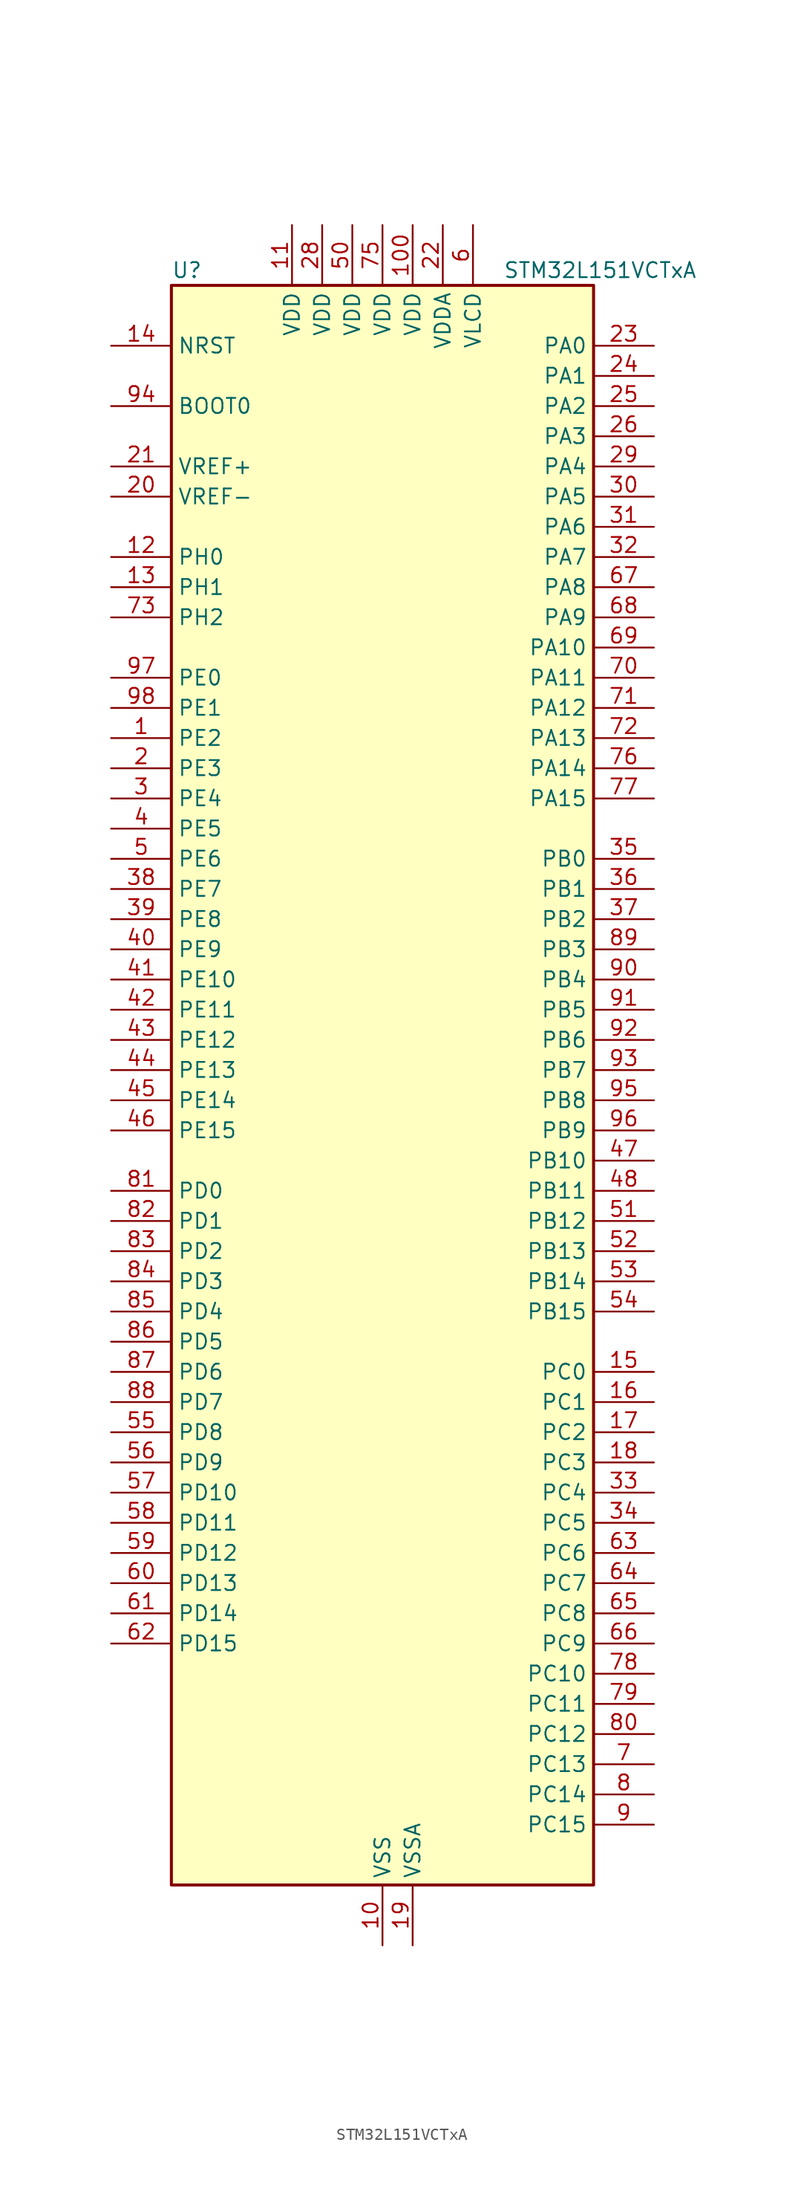
<source format=kicad_sym>
(kicad_symbol_lib
  (version 20241209)
  (generator "kicad_symbol_editor")
  (generator_version "9.0")
  (symbol "STM32L151VCTxA"
    (property "Reference" "U"
      (at -17.78 69.85 0)
      (effects (font (size 1.27 1.27)) (justify left)))
    (property "Value" "STM32L151VCTxA"
      (at 10.16 69.85 0)
      (effects (font (size 1.27 1.27)) (justify left)))
    (symbol "STM32L151VCTxA_0_1"
      (rectangle (start -17.78 -66.04) (end 17.78 68.58) (stroke (width 0.254) (type default)) (fill (type background))))
    (symbol "STM32L151VCTxA_1_1"
      (pin input line (at -22.86 63.5 0) (length 5.08) (name "NRST" (effects (font (size 1.27 1.27)))) (number "14" (effects (font (size 1.27 1.27)))))
      (pin input line (at -22.86 58.42 0) (length 5.08) (name "BOOT0" (effects (font (size 1.27 1.27)))) (number "94" (effects (font (size 1.27 1.27)))))
      (pin input line (at -22.86 53.34 0) (length 5.08) (name "VREF+" (effects (font (size 1.27 1.27)))) (number "21" (effects (font (size 1.27 1.27)))))
      (pin input line (at -22.86 50.8 0) (length 5.08) (name "VREF-" (effects (font (size 1.27 1.27)))) (number "20" (effects (font (size 1.27 1.27)))))
      (pin bidirectional line (at -22.86 45.72 0) (length 5.08) (name "PH0" (effects (font (size 1.27 1.27)))) (number "12" (effects (font (size 1.27 1.27)))) (alternate "RCC_OSC_IN" bidirectional line))
      (pin bidirectional line (at -22.86 43.18 0) (length 5.08) (name "PH1" (effects (font (size 1.27 1.27)))) (number "13" (effects (font (size 1.27 1.27)))) (alternate "RCC_OSC_OUT" bidirectional line))
      (pin bidirectional line (at -22.86 40.64 0) (length 5.08) (name "PH2" (effects (font (size 1.27 1.27)))) (number "73" (effects (font (size 1.27 1.27)))))
      (pin bidirectional line (at -22.86 35.56 0) (length 5.08) (name "PE0" (effects (font (size 1.27 1.27)))) (number "97" (effects (font (size 1.27 1.27)))) (alternate "TIM10_CH1" bidirectional line) (alternate "TIM4_ETR" bidirectional line) (alternate "TIMX_IC1" bidirectional line))
      (pin bidirectional line (at -22.86 33.02 0) (length 5.08) (name "PE1" (effects (font (size 1.27 1.27)))) (number "98" (effects (font (size 1.27 1.27)))) (alternate "TIM11_CH1" bidirectional line) (alternate "TIMX_IC2" bidirectional line))
      (pin bidirectional line (at -22.86 30.48 0) (length 5.08) (name "PE2" (effects (font (size 1.27 1.27)))) (number "1" (effects (font (size 1.27 1.27)))) (alternate "SYS_TRACECK" bidirectional line) (alternate "TIM3_ETR" bidirectional line) (alternate "TIMX_IC3" bidirectional line))
      (pin bidirectional line (at -22.86 27.94 0) (length 5.08) (name "PE3" (effects (font (size 1.27 1.27)))) (number "2" (effects (font (size 1.27 1.27)))) (alternate "SYS_TRACED0" bidirectional line) (alternate "TIM3_CH1" bidirectional line) (alternate "TIMX_IC4" bidirectional line))
      (pin bidirectional line (at -22.86 25.4 0) (length 5.08) (name "PE4" (effects (font (size 1.27 1.27)))) (number "3" (effects (font (size 1.27 1.27)))) (alternate "SYS_TRACED1" bidirectional line) (alternate "TIM3_CH2" bidirectional line) (alternate "TIMX_IC1" bidirectional line))
      (pin bidirectional line (at -22.86 22.86 0) (length 5.08) (name "PE5" (effects (font (size 1.27 1.27)))) (number "4" (effects (font (size 1.27 1.27)))) (alternate "SYS_TRACED2" bidirectional line) (alternate "TIM9_CH1" bidirectional line) (alternate "TIMX_IC2" bidirectional line))
      (pin bidirectional line (at -22.86 20.32 0) (length 5.08) (name "PE6" (effects (font (size 1.27 1.27)))) (number "5" (effects (font (size 1.27 1.27)))) (alternate "RTC_TAMP3" bidirectional line) (alternate "SYS_TRACED3" bidirectional line) (alternate "SYS_WKUP3" bidirectional line) (alternate "TIM9_CH2" bidirectional line) (alternate "TIMX_IC3" bidirectional line))
      (pin bidirectional line (at -22.86 17.78 0) (length 5.08) (name "PE7" (effects (font (size 1.27 1.27)))) (number "38" (effects (font (size 1.27 1.27)))) (alternate "ADC_IN22" bidirectional line) (alternate "COMP1_INP" bidirectional line) (alternate "TIMX_IC4" bidirectional line))
      (pin bidirectional line (at -22.86 15.24 0) (length 5.08) (name "PE8" (effects (font (size 1.27 1.27)))) (number "39" (effects (font (size 1.27 1.27)))) (alternate "ADC_IN23" bidirectional line) (alternate "COMP1_INP" bidirectional line) (alternate "TIMX_IC1" bidirectional line))
      (pin bidirectional line (at -22.86 12.7 0) (length 5.08) (name "PE9" (effects (font (size 1.27 1.27)))) (number "40" (effects (font (size 1.27 1.27)))) (alternate "ADC_IN24" bidirectional line) (alternate "COMP1_INP" bidirectional line) (alternate "DAC_EXTI9" bidirectional line) (alternate "TIM2_CH1" bidirectional line) (alternate "TIM2_ETR" bidirectional line) (alternate "TIMX_IC2" bidirectional line))
      (pin bidirectional line (at -22.86 10.16 0) (length 5.08) (name "PE10" (effects (font (size 1.27 1.27)))) (number "41" (effects (font (size 1.27 1.27)))) (alternate "ADC_IN25" bidirectional line) (alternate "COMP1_INP" bidirectional line) (alternate "TIM2_CH2" bidirectional line) (alternate "TIMX_IC3" bidirectional line))
      (pin bidirectional line (at -22.86 7.62 0) (length 5.08) (name "PE11" (effects (font (size 1.27 1.27)))) (number "42" (effects (font (size 1.27 1.27)))) (alternate "ADC_EXTI11" bidirectional line) (alternate "TIM2_CH3" bidirectional line) (alternate "TIMX_IC4" bidirectional line))
      (pin bidirectional line (at -22.86 5.08 0) (length 5.08) (name "PE12" (effects (font (size 1.27 1.27)))) (number "43" (effects (font (size 1.27 1.27)))) (alternate "SPI1_NSS" bidirectional line) (alternate "TIM2_CH4" bidirectional line) (alternate "TIMX_IC1" bidirectional line))
      (pin bidirectional line (at -22.86 2.54 0) (length 5.08) (name "PE13" (effects (font (size 1.27 1.27)))) (number "44" (effects (font (size 1.27 1.27)))) (alternate "SPI1_SCK" bidirectional line) (alternate "TIMX_IC2" bidirectional line))
      (pin bidirectional line (at -22.86 0 0) (length 5.08) (name "PE14" (effects (font (size 1.27 1.27)))) (number "45" (effects (font (size 1.27 1.27)))) (alternate "SPI1_MISO" bidirectional line) (alternate "TIMX_IC3" bidirectional line))
      (pin bidirectional line (at -22.86 -2.54 0) (length 5.08) (name "PE15" (effects (font (size 1.27 1.27)))) (number "46" (effects (font (size 1.27 1.27)))) (alternate "ADC_EXTI15" bidirectional line) (alternate "SPI1_MOSI" bidirectional line) (alternate "TIMX_IC4" bidirectional line))
      (pin bidirectional line (at -22.86 -7.62 0) (length 5.08) (name "PD0" (effects (font (size 1.27 1.27)))) (number "81" (effects (font (size 1.27 1.27)))) (alternate "I2S2_WS" bidirectional line) (alternate "SPI2_NSS" bidirectional line) (alternate "TIM9_CH1" bidirectional line) (alternate "TIMX_IC1" bidirectional line))
      (pin bidirectional line (at -22.86 -10.16 0) (length 5.08) (name "PD1" (effects (font (size 1.27 1.27)))) (number "82" (effects (font (size 1.27 1.27)))) (alternate "I2S2_CK" bidirectional line) (alternate "SPI2_SCK" bidirectional line) (alternate "TIMX_IC2" bidirectional line))
      (pin bidirectional line (at -22.86 -12.7 0) (length 5.08) (name "PD2" (effects (font (size 1.27 1.27)))) (number "83" (effects (font (size 1.27 1.27)))) (alternate "TIM3_ETR" bidirectional line) (alternate "TIMX_IC3" bidirectional line))
      (pin bidirectional line (at -22.86 -15.24 0) (length 5.08) (name "PD3" (effects (font (size 1.27 1.27)))) (number "84" (effects (font (size 1.27 1.27)))) (alternate "SPI2_MISO" bidirectional line) (alternate "TIMX_IC4" bidirectional line) (alternate "USART2_CTS" bidirectional line))
      (pin bidirectional line (at -22.86 -17.78 0) (length 5.08) (name "PD4" (effects (font (size 1.27 1.27)))) (number "85" (effects (font (size 1.27 1.27)))) (alternate "I2S2_SD" bidirectional line) (alternate "SPI2_MOSI" bidirectional line) (alternate "TIMX_IC1" bidirectional line) (alternate "USART2_RTS" bidirectional line))
      (pin bidirectional line (at -22.86 -20.32 0) (length 5.08) (name "PD5" (effects (font (size 1.27 1.27)))) (number "86" (effects (font (size 1.27 1.27)))) (alternate "TIMX_IC2" bidirectional line) (alternate "USART2_TX" bidirectional line))
      (pin bidirectional line (at -22.86 -22.86 0) (length 5.08) (name "PD6" (effects (font (size 1.27 1.27)))) (number "87" (effects (font (size 1.27 1.27)))) (alternate "TIMX_IC3" bidirectional line) (alternate "USART2_RX" bidirectional line))
      (pin bidirectional line (at -22.86 -25.4 0) (length 5.08) (name "PD7" (effects (font (size 1.27 1.27)))) (number "88" (effects (font (size 1.27 1.27)))) (alternate "TIM9_CH2" bidirectional line) (alternate "TIMX_IC4" bidirectional line) (alternate "USART2_CK" bidirectional line))
      (pin bidirectional line (at -22.86 -27.94 0) (length 5.08) (name "PD8" (effects (font (size 1.27 1.27)))) (number "55" (effects (font (size 1.27 1.27)))) (alternate "TIMX_IC1" bidirectional line) (alternate "USART3_TX" bidirectional line))
      (pin bidirectional line (at -22.86 -30.48 0) (length 5.08) (name "PD9" (effects (font (size 1.27 1.27)))) (number "56" (effects (font (size 1.27 1.27)))) (alternate "DAC_EXTI9" bidirectional line) (alternate "TIMX_IC2" bidirectional line) (alternate "USART3_RX" bidirectional line))
      (pin bidirectional line (at -22.86 -33.02 0) (length 5.08) (name "PD10" (effects (font (size 1.27 1.27)))) (number "57" (effects (font (size 1.27 1.27)))) (alternate "TIMX_IC3" bidirectional line) (alternate "USART3_CK" bidirectional line))
      (pin bidirectional line (at -22.86 -35.56 0) (length 5.08) (name "PD11" (effects (font (size 1.27 1.27)))) (number "58" (effects (font (size 1.27 1.27)))) (alternate "ADC_EXTI11" bidirectional line) (alternate "TIMX_IC4" bidirectional line) (alternate "USART3_CTS" bidirectional line))
      (pin bidirectional line (at -22.86 -38.1 0) (length 5.08) (name "PD12" (effects (font (size 1.27 1.27)))) (number "59" (effects (font (size 1.27 1.27)))) (alternate "TIM4_CH1" bidirectional line) (alternate "TIMX_IC1" bidirectional line) (alternate "USART3_RTS" bidirectional line))
      (pin bidirectional line (at -22.86 -40.64 0) (length 5.08) (name "PD13" (effects (font (size 1.27 1.27)))) (number "60" (effects (font (size 1.27 1.27)))) (alternate "TIM4_CH2" bidirectional line) (alternate "TIMX_IC2" bidirectional line))
      (pin bidirectional line (at -22.86 -43.18 0) (length 5.08) (name "PD14" (effects (font (size 1.27 1.27)))) (number "61" (effects (font (size 1.27 1.27)))) (alternate "TIM4_CH3" bidirectional line) (alternate "TIMX_IC3" bidirectional line))
      (pin bidirectional line (at -22.86 -45.72 0) (length 5.08) (name "PD15" (effects (font (size 1.27 1.27)))) (number "62" (effects (font (size 1.27 1.27)))) (alternate "ADC_EXTI15" bidirectional line) (alternate "TIM4_CH4" bidirectional line) (alternate "TIMX_IC4" bidirectional line))
      (pin power_in line (at -7.62 73.66 270) (length 5.08) (name "VDD" (effects (font (size 1.27 1.27)))) (number "11" (effects (font (size 1.27 1.27)))))
      (pin power_in line (at -5.08 73.66 270) (length 5.08) (name "VDD" (effects (font (size 1.27 1.27)))) (number "28" (effects (font (size 1.27 1.27)))))
      (pin power_in line (at -2.54 73.66 270) (length 5.08) (name "VDD" (effects (font (size 1.27 1.27)))) (number "50" (effects (font (size 1.27 1.27)))))
      (pin power_in line (at 0 73.66 270) (length 5.08) (name "VDD" (effects (font (size 1.27 1.27)))) (number "75" (effects (font (size 1.27 1.27)))))
      (pin power_in line (at 0 -71.12 90) (length 5.08) (name "VSS" (effects (font (size 1.27 1.27)))) (number "10" (effects (font (size 1.27 1.27)))))
      (pin passive line (at 0 -71.12 90) (length 5.08) (hide yes) (name "VSS" (effects (font (size 1.27 1.27)))) (number "27" (effects (font (size 1.27 1.27)))))
      (pin passive line (at 0 -71.12 90) (length 5.08) (hide yes) (name "VSS" (effects (font (size 1.27 1.27)))) (number "49" (effects (font (size 1.27 1.27)))))
      (pin passive line (at 0 -71.12 90) (length 5.08) (hide yes) (name "VSS" (effects (font (size 1.27 1.27)))) (number "74" (effects (font (size 1.27 1.27)))))
      (pin passive line (at 0 -71.12 90) (length 5.08) (hide yes) (name "VSS" (effects (font (size 1.27 1.27)))) (number "99" (effects (font (size 1.27 1.27)))))
      (pin power_in line (at 2.54 73.66 270) (length 5.08) (name "VDD" (effects (font (size 1.27 1.27)))) (number "100" (effects (font (size 1.27 1.27)))))
      (pin power_in line (at 2.54 -71.12 90) (length 5.08) (name "VSSA" (effects (font (size 1.27 1.27)))) (number "19" (effects (font (size 1.27 1.27)))))
      (pin power_in line (at 5.08 73.66 270) (length 5.08) (name "VDDA" (effects (font (size 1.27 1.27)))) (number "22" (effects (font (size 1.27 1.27)))))
      (pin power_in line (at 7.62 73.66 270) (length 5.08) (name "VLCD" (effects (font (size 1.27 1.27)))) (number "6" (effects (font (size 1.27 1.27)))))
      (pin bidirectional line (at 22.86 63.5 180) (length 5.08) (name "PA0" (effects (font (size 1.27 1.27)))) (number "23" (effects (font (size 1.27 1.27)))) (alternate "ADC_IN0" bidirectional line) (alternate "COMP1_INP" bidirectional line) (alternate "RTC_TAMP2" bidirectional line) (alternate "SYS_WKUP1" bidirectional line) (alternate "TIM2_CH1" bidirectional line) (alternate "TIM2_ETR" bidirectional line) (alternate "TIM5_CH1" bidirectional line) (alternate "TIMX_IC1" bidirectional line) (alternate "TS_G1_IO1" bidirectional line) (alternate "USART2_CTS" bidirectional line))
      (pin bidirectional line (at 22.86 60.96 180) (length 5.08) (name "PA1" (effects (font (size 1.27 1.27)))) (number "24" (effects (font (size 1.27 1.27)))) (alternate "ADC_IN1" bidirectional line) (alternate "COMP1_INP" bidirectional line) (alternate "OPAMP1_VINP" bidirectional line) (alternate "TIM2_CH2" bidirectional line) (alternate "TIM5_CH2" bidirectional line) (alternate "TIMX_IC2" bidirectional line) (alternate "TS_G1_IO2" bidirectional line) (alternate "USART2_RTS" bidirectional line))
      (pin bidirectional line (at 22.86 58.42 180) (length 5.08) (name "PA2" (effects (font (size 1.27 1.27)))) (number "25" (effects (font (size 1.27 1.27)))) (alternate "ADC_IN2" bidirectional line) (alternate "COMP1_INP" bidirectional line) (alternate "OPAMP1_VINM" bidirectional line) (alternate "TIM2_CH3" bidirectional line) (alternate "TIM5_CH3" bidirectional line) (alternate "TIM9_CH1" bidirectional line) (alternate "TIMX_IC3" bidirectional line) (alternate "TS_G1_IO3" bidirectional line) (alternate "USART2_TX" bidirectional line))
      (pin bidirectional line (at 22.86 55.88 180) (length 5.08) (name "PA3" (effects (font (size 1.27 1.27)))) (number "26" (effects (font (size 1.27 1.27)))) (alternate "ADC_IN3" bidirectional line) (alternate "COMP1_INP" bidirectional line) (alternate "OPAMP1_VOUT" bidirectional line) (alternate "TIM2_CH4" bidirectional line) (alternate "TIM5_CH4" bidirectional line) (alternate "TIM9_CH2" bidirectional line) (alternate "TIMX_IC4" bidirectional line) (alternate "TS_G1_IO4" bidirectional line) (alternate "USART2_RX" bidirectional line))
      (pin bidirectional line (at 22.86 53.34 180) (length 5.08) (name "PA4" (effects (font (size 1.27 1.27)))) (number "29" (effects (font (size 1.27 1.27)))) (alternate "ADC_IN4" bidirectional line) (alternate "COMP1_INP" bidirectional line) (alternate "DAC_OUT1" bidirectional line) (alternate "I2S3_WS" bidirectional line) (alternate "SPI1_NSS" bidirectional line) (alternate "SPI3_NSS" bidirectional line) (alternate "TIMX_IC1" bidirectional line) (alternate "USART2_CK" bidirectional line))
      (pin bidirectional line (at 22.86 50.8 180) (length 5.08) (name "PA5" (effects (font (size 1.27 1.27)))) (number "30" (effects (font (size 1.27 1.27)))) (alternate "ADC_IN5" bidirectional line) (alternate "COMP1_INP" bidirectional line) (alternate "DAC_OUT2" bidirectional line) (alternate "SPI1_SCK" bidirectional line) (alternate "TIM2_CH1" bidirectional line) (alternate "TIM2_ETR" bidirectional line) (alternate "TIMX_IC2" bidirectional line))
      (pin bidirectional line (at 22.86 48.26 180) (length 5.08) (name "PA6" (effects (font (size 1.27 1.27)))) (number "31" (effects (font (size 1.27 1.27)))) (alternate "ADC_IN6" bidirectional line) (alternate "COMP1_INP" bidirectional line) (alternate "OPAMP2_VINP" bidirectional line) (alternate "SPI1_MISO" bidirectional line) (alternate "TIM10_CH1" bidirectional line) (alternate "TIM3_CH1" bidirectional line) (alternate "TIMX_IC3" bidirectional line) (alternate "TS_G2_IO1" bidirectional line))
      (pin bidirectional line (at 22.86 45.72 180) (length 5.08) (name "PA7" (effects (font (size 1.27 1.27)))) (number "32" (effects (font (size 1.27 1.27)))) (alternate "ADC_IN7" bidirectional line) (alternate "COMP1_INP" bidirectional line) (alternate "OPAMP2_VINM" bidirectional line) (alternate "SPI1_MOSI" bidirectional line) (alternate "TIM11_CH1" bidirectional line) (alternate "TIM3_CH2" bidirectional line) (alternate "TIMX_IC4" bidirectional line) (alternate "TS_G2_IO2" bidirectional line))
      (pin bidirectional line (at 22.86 43.18 180) (length 5.08) (name "PA8" (effects (font (size 1.27 1.27)))) (number "67" (effects (font (size 1.27 1.27)))) (alternate "RCC_MCO" bidirectional line) (alternate "TIMX_IC1" bidirectional line) (alternate "TS_G4_IO1" bidirectional line) (alternate "USART1_CK" bidirectional line))
      (pin bidirectional line (at 22.86 40.64 180) (length 5.08) (name "PA9" (effects (font (size 1.27 1.27)))) (number "68" (effects (font (size 1.27 1.27)))) (alternate "DAC_EXTI9" bidirectional line) (alternate "TIMX_IC2" bidirectional line) (alternate "TS_G4_IO2" bidirectional line) (alternate "USART1_TX" bidirectional line))
      (pin bidirectional line (at 22.86 38.1 180) (length 5.08) (name "PA10" (effects (font (size 1.27 1.27)))) (number "69" (effects (font (size 1.27 1.27)))) (alternate "TIMX_IC3" bidirectional line) (alternate "TS_G4_IO3" bidirectional line) (alternate "USART1_RX" bidirectional line))
      (pin bidirectional line (at 22.86 35.56 180) (length 5.08) (name "PA11" (effects (font (size 1.27 1.27)))) (number "70" (effects (font (size 1.27 1.27)))) (alternate "ADC_EXTI11" bidirectional line) (alternate "SPI1_MISO" bidirectional line) (alternate "TIMX_IC4" bidirectional line) (alternate "USART1_CTS" bidirectional line) (alternate "USB_DM" bidirectional line))
      (pin bidirectional line (at 22.86 33.02 180) (length 5.08) (name "PA12" (effects (font (size 1.27 1.27)))) (number "71" (effects (font (size 1.27 1.27)))) (alternate "SPI1_MOSI" bidirectional line) (alternate "TIMX_IC1" bidirectional line) (alternate "USART1_RTS" bidirectional line) (alternate "USB_DP" bidirectional line))
      (pin bidirectional line (at 22.86 30.48 180) (length 5.08) (name "PA13" (effects (font (size 1.27 1.27)))) (number "72" (effects (font (size 1.27 1.27)))) (alternate "SYS_JTMS-SWDIO" bidirectional line) (alternate "TIMX_IC2" bidirectional line) (alternate "TS_G5_IO1" bidirectional line))
      (pin bidirectional line (at 22.86 27.94 180) (length 5.08) (name "PA14" (effects (font (size 1.27 1.27)))) (number "76" (effects (font (size 1.27 1.27)))) (alternate "SYS_JTCK-SWCLK" bidirectional line) (alternate "TIMX_IC3" bidirectional line) (alternate "TS_G5_IO2" bidirectional line))
      (pin bidirectional line (at 22.86 25.4 180) (length 5.08) (name "PA15" (effects (font (size 1.27 1.27)))) (number "77" (effects (font (size 1.27 1.27)))) (alternate "ADC_EXTI15" bidirectional line) (alternate "I2S3_WS" bidirectional line) (alternate "SPI1_NSS" bidirectional line) (alternate "SPI3_NSS" bidirectional line) (alternate "SYS_JTDI" bidirectional line) (alternate "TIM2_CH1" bidirectional line) (alternate "TIM2_ETR" bidirectional line) (alternate "TIMX_IC4" bidirectional line) (alternate "TS_G5_IO3" bidirectional line))
      (pin bidirectional line (at 22.86 20.32 180) (length 5.08) (name "PB0" (effects (font (size 1.27 1.27)))) (number "35" (effects (font (size 1.27 1.27)))) (alternate "ADC_IN8" bidirectional line) (alternate "COMP1_INP" bidirectional line) (alternate "OPAMP2_VOUT" bidirectional line) (alternate "SYS_V_REF_OUT" bidirectional line) (alternate "TIM3_CH3" bidirectional line) (alternate "TS_G3_IO1" bidirectional line))
      (pin bidirectional line (at 22.86 17.78 180) (length 5.08) (name "PB1" (effects (font (size 1.27 1.27)))) (number "36" (effects (font (size 1.27 1.27)))) (alternate "ADC_IN9" bidirectional line) (alternate "COMP1_INP" bidirectional line) (alternate "SYS_V_REF_OUT" bidirectional line) (alternate "TIM3_CH4" bidirectional line) (alternate "TS_G3_IO2" bidirectional line))
      (pin bidirectional line (at 22.86 15.24 180) (length 5.08) (name "PB2" (effects (font (size 1.27 1.27)))) (number "37" (effects (font (size 1.27 1.27)))) (alternate "TS_G3_IO3" bidirectional line))
      (pin bidirectional line (at 22.86 12.7 180) (length 5.08) (name "PB3" (effects (font (size 1.27 1.27)))) (number "89" (effects (font (size 1.27 1.27)))) (alternate "COMP2_INM" bidirectional line) (alternate "I2S3_CK" bidirectional line) (alternate "SPI1_SCK" bidirectional line) (alternate "SPI3_SCK" bidirectional line) (alternate "SYS_JTDO-TRACESWO" bidirectional line) (alternate "TIM2_CH2" bidirectional line))
      (pin bidirectional line (at 22.86 10.16 180) (length 5.08) (name "PB4" (effects (font (size 1.27 1.27)))) (number "90" (effects (font (size 1.27 1.27)))) (alternate "COMP2_INP" bidirectional line) (alternate "SPI1_MISO" bidirectional line) (alternate "SPI3_MISO" bidirectional line) (alternate "SYS_JTRST" bidirectional line) (alternate "TIM3_CH1" bidirectional line) (alternate "TS_G6_IO1" bidirectional line))
      (pin bidirectional line (at 22.86 7.62 180) (length 5.08) (name "PB5" (effects (font (size 1.27 1.27)))) (number "91" (effects (font (size 1.27 1.27)))) (alternate "COMP2_INP" bidirectional line) (alternate "I2C1_SMBA" bidirectional line) (alternate "I2S3_SD" bidirectional line) (alternate "SPI1_MOSI" bidirectional line) (alternate "SPI3_MOSI" bidirectional line) (alternate "TIM3_CH2" bidirectional line) (alternate "TS_G6_IO2" bidirectional line))
      (pin bidirectional line (at 22.86 5.08 180) (length 5.08) (name "PB6" (effects (font (size 1.27 1.27)))) (number "92" (effects (font (size 1.27 1.27)))) (alternate "COMP2_INP" bidirectional line) (alternate "I2C1_SCL" bidirectional line) (alternate "TIM4_CH1" bidirectional line) (alternate "TS_G6_IO3" bidirectional line) (alternate "USART1_TX" bidirectional line))
      (pin bidirectional line (at 22.86 2.54 180) (length 5.08) (name "PB7" (effects (font (size 1.27 1.27)))) (number "93" (effects (font (size 1.27 1.27)))) (alternate "COMP2_INP" bidirectional line) (alternate "I2C1_SDA" bidirectional line) (alternate "SYS_PVD_IN" bidirectional line) (alternate "TIM4_CH2" bidirectional line) (alternate "TS_G6_IO4" bidirectional line) (alternate "USART1_RX" bidirectional line))
      (pin bidirectional line (at 22.86 0 180) (length 5.08) (name "PB8" (effects (font (size 1.27 1.27)))) (number "95" (effects (font (size 1.27 1.27)))) (alternate "I2C1_SCL" bidirectional line) (alternate "TIM10_CH1" bidirectional line) (alternate "TIM4_CH3" bidirectional line))
      (pin bidirectional line (at 22.86 -2.54 180) (length 5.08) (name "PB9" (effects (font (size 1.27 1.27)))) (number "96" (effects (font (size 1.27 1.27)))) (alternate "DAC_EXTI9" bidirectional line) (alternate "I2C1_SDA" bidirectional line) (alternate "TIM11_CH1" bidirectional line) (alternate "TIM4_CH4" bidirectional line))
      (pin bidirectional line (at 22.86 -5.08 180) (length 5.08) (name "PB10" (effects (font (size 1.27 1.27)))) (number "47" (effects (font (size 1.27 1.27)))) (alternate "I2C2_SCL" bidirectional line) (alternate "TIM2_CH3" bidirectional line) (alternate "USART3_TX" bidirectional line))
      (pin bidirectional line (at 22.86 -7.62 180) (length 5.08) (name "PB11" (effects (font (size 1.27 1.27)))) (number "48" (effects (font (size 1.27 1.27)))) (alternate "ADC_EXTI11" bidirectional line) (alternate "I2C2_SDA" bidirectional line) (alternate "TIM2_CH4" bidirectional line) (alternate "USART3_RX" bidirectional line))
      (pin bidirectional line (at 22.86 -10.16 180) (length 5.08) (name "PB12" (effects (font (size 1.27 1.27)))) (number "51" (effects (font (size 1.27 1.27)))) (alternate "ADC_IN18" bidirectional line) (alternate "COMP1_INP" bidirectional line) (alternate "I2C2_SMBA" bidirectional line) (alternate "I2S2_WS" bidirectional line) (alternate "SPI2_NSS" bidirectional line) (alternate "TIM10_CH1" bidirectional line) (alternate "TS_G7_IO1" bidirectional line) (alternate "USART3_CK" bidirectional line))
      (pin bidirectional line (at 22.86 -12.7 180) (length 5.08) (name "PB13" (effects (font (size 1.27 1.27)))) (number "52" (effects (font (size 1.27 1.27)))) (alternate "ADC_IN19" bidirectional line) (alternate "COMP1_INP" bidirectional line) (alternate "I2S2_CK" bidirectional line) (alternate "SPI2_SCK" bidirectional line) (alternate "TIM9_CH1" bidirectional line) (alternate "TS_G7_IO2" bidirectional line) (alternate "USART3_CTS" bidirectional line))
      (pin bidirectional line (at 22.86 -15.24 180) (length 5.08) (name "PB14" (effects (font (size 1.27 1.27)))) (number "53" (effects (font (size 1.27 1.27)))) (alternate "ADC_IN20" bidirectional line) (alternate "COMP1_INP" bidirectional line) (alternate "SPI2_MISO" bidirectional line) (alternate "TIM9_CH2" bidirectional line) (alternate "TS_G7_IO3" bidirectional line) (alternate "USART3_RTS" bidirectional line))
      (pin bidirectional line (at 22.86 -17.78 180) (length 5.08) (name "PB15" (effects (font (size 1.27 1.27)))) (number "54" (effects (font (size 1.27 1.27)))) (alternate "ADC_EXTI15" bidirectional line) (alternate "ADC_IN21" bidirectional line) (alternate "COMP1_INP" bidirectional line) (alternate "I2S2_SD" bidirectional line) (alternate "RTC_REFIN" bidirectional line) (alternate "SPI2_MOSI" bidirectional line) (alternate "TIM11_CH1" bidirectional line) (alternate "TS_G7_IO4" bidirectional line))
      (pin bidirectional line (at 22.86 -22.86 180) (length 5.08) (name "PC0" (effects (font (size 1.27 1.27)))) (number "15" (effects (font (size 1.27 1.27)))) (alternate "ADC_IN10" bidirectional line) (alternate "COMP1_INP" bidirectional line) (alternate "TIMX_IC1" bidirectional line) (alternate "TS_G8_IO1" bidirectional line))
      (pin bidirectional line (at 22.86 -25.4 180) (length 5.08) (name "PC1" (effects (font (size 1.27 1.27)))) (number "16" (effects (font (size 1.27 1.27)))) (alternate "ADC_IN11" bidirectional line) (alternate "COMP1_INP" bidirectional line) (alternate "TIMX_IC2" bidirectional line) (alternate "TS_G8_IO2" bidirectional line))
      (pin bidirectional line (at 22.86 -27.94 180) (length 5.08) (name "PC2" (effects (font (size 1.27 1.27)))) (number "17" (effects (font (size 1.27 1.27)))) (alternate "ADC_IN12" bidirectional line) (alternate "COMP1_INP" bidirectional line) (alternate "TIMX_IC3" bidirectional line) (alternate "TS_G8_IO3" bidirectional line))
      (pin bidirectional line (at 22.86 -30.48 180) (length 5.08) (name "PC3" (effects (font (size 1.27 1.27)))) (number "18" (effects (font (size 1.27 1.27)))) (alternate "ADC_IN13" bidirectional line) (alternate "COMP1_INP" bidirectional line) (alternate "TIMX_IC4" bidirectional line) (alternate "TS_G8_IO4" bidirectional line))
      (pin bidirectional line (at 22.86 -33.02 180) (length 5.08) (name "PC4" (effects (font (size 1.27 1.27)))) (number "33" (effects (font (size 1.27 1.27)))) (alternate "ADC_IN14" bidirectional line) (alternate "COMP1_INP" bidirectional line) (alternate "TIMX_IC1" bidirectional line) (alternate "TS_G9_IO1" bidirectional line))
      (pin bidirectional line (at 22.86 -35.56 180) (length 5.08) (name "PC5" (effects (font (size 1.27 1.27)))) (number "34" (effects (font (size 1.27 1.27)))) (alternate "ADC_IN15" bidirectional line) (alternate "COMP1_INP" bidirectional line) (alternate "TIMX_IC2" bidirectional line) (alternate "TS_G9_IO2" bidirectional line))
      (pin bidirectional line (at 22.86 -38.1 180) (length 5.08) (name "PC6" (effects (font (size 1.27 1.27)))) (number "63" (effects (font (size 1.27 1.27)))) (alternate "I2S2_MCK" bidirectional line) (alternate "TIM3_CH1" bidirectional line) (alternate "TIMX_IC3" bidirectional line) (alternate "TS_G10_IO1" bidirectional line))
      (pin bidirectional line (at 22.86 -40.64 180) (length 5.08) (name "PC7" (effects (font (size 1.27 1.27)))) (number "64" (effects (font (size 1.27 1.27)))) (alternate "I2S3_MCK" bidirectional line) (alternate "TIM3_CH2" bidirectional line) (alternate "TIMX_IC4" bidirectional line) (alternate "TS_G10_IO2" bidirectional line))
      (pin bidirectional line (at 22.86 -43.18 180) (length 5.08) (name "PC8" (effects (font (size 1.27 1.27)))) (number "65" (effects (font (size 1.27 1.27)))) (alternate "TIM3_CH3" bidirectional line) (alternate "TIMX_IC1" bidirectional line) (alternate "TS_G10_IO3" bidirectional line))
      (pin bidirectional line (at 22.86 -45.72 180) (length 5.08) (name "PC9" (effects (font (size 1.27 1.27)))) (number "66" (effects (font (size 1.27 1.27)))) (alternate "DAC_EXTI9" bidirectional line) (alternate "TIM3_CH4" bidirectional line) (alternate "TIMX_IC2" bidirectional line) (alternate "TS_G10_IO4" bidirectional line))
      (pin bidirectional line (at 22.86 -48.26 180) (length 5.08) (name "PC10" (effects (font (size 1.27 1.27)))) (number "78" (effects (font (size 1.27 1.27)))) (alternate "I2S3_CK" bidirectional line) (alternate "SPI3_SCK" bidirectional line) (alternate "TIMX_IC3" bidirectional line) (alternate "USART3_TX" bidirectional line))
      (pin bidirectional line (at 22.86 -50.8 180) (length 5.08) (name "PC11" (effects (font (size 1.27 1.27)))) (number "79" (effects (font (size 1.27 1.27)))) (alternate "ADC_EXTI11" bidirectional line) (alternate "SPI3_MISO" bidirectional line) (alternate "TIMX_IC4" bidirectional line) (alternate "USART3_RX" bidirectional line))
      (pin bidirectional line (at 22.86 -53.34 180) (length 5.08) (name "PC12" (effects (font (size 1.27 1.27)))) (number "80" (effects (font (size 1.27 1.27)))) (alternate "I2S3_SD" bidirectional line) (alternate "SPI3_MOSI" bidirectional line) (alternate "TIMX_IC1" bidirectional line) (alternate "USART3_CK" bidirectional line))
      (pin bidirectional line (at 22.86 -55.88 180) (length 5.08) (name "PC13" (effects (font (size 1.27 1.27)))) (number "7" (effects (font (size 1.27 1.27)))) (alternate "RTC_OUT_ALARM" bidirectional line) (alternate "RTC_OUT_CALIB" bidirectional line) (alternate "RTC_TAMP1" bidirectional line) (alternate "RTC_TS" bidirectional line) (alternate "SYS_WKUP2" bidirectional line) (alternate "TIMX_IC2" bidirectional line))
      (pin bidirectional line (at 22.86 -58.42 180) (length 5.08) (name "PC14" (effects (font (size 1.27 1.27)))) (number "8" (effects (font (size 1.27 1.27)))) (alternate "RCC_OSC32_IN" bidirectional line) (alternate "TIMX_IC3" bidirectional line))
      (pin bidirectional line (at 22.86 -60.96 180) (length 5.08) (name "PC15" (effects (font (size 1.27 1.27)))) (number "9" (effects (font (size 1.27 1.27)))) (alternate "ADC_EXTI15" bidirectional line) (alternate "RCC_OSC32_OUT" bidirectional line) (alternate "TIMX_IC4" bidirectional line)))))
</source>
